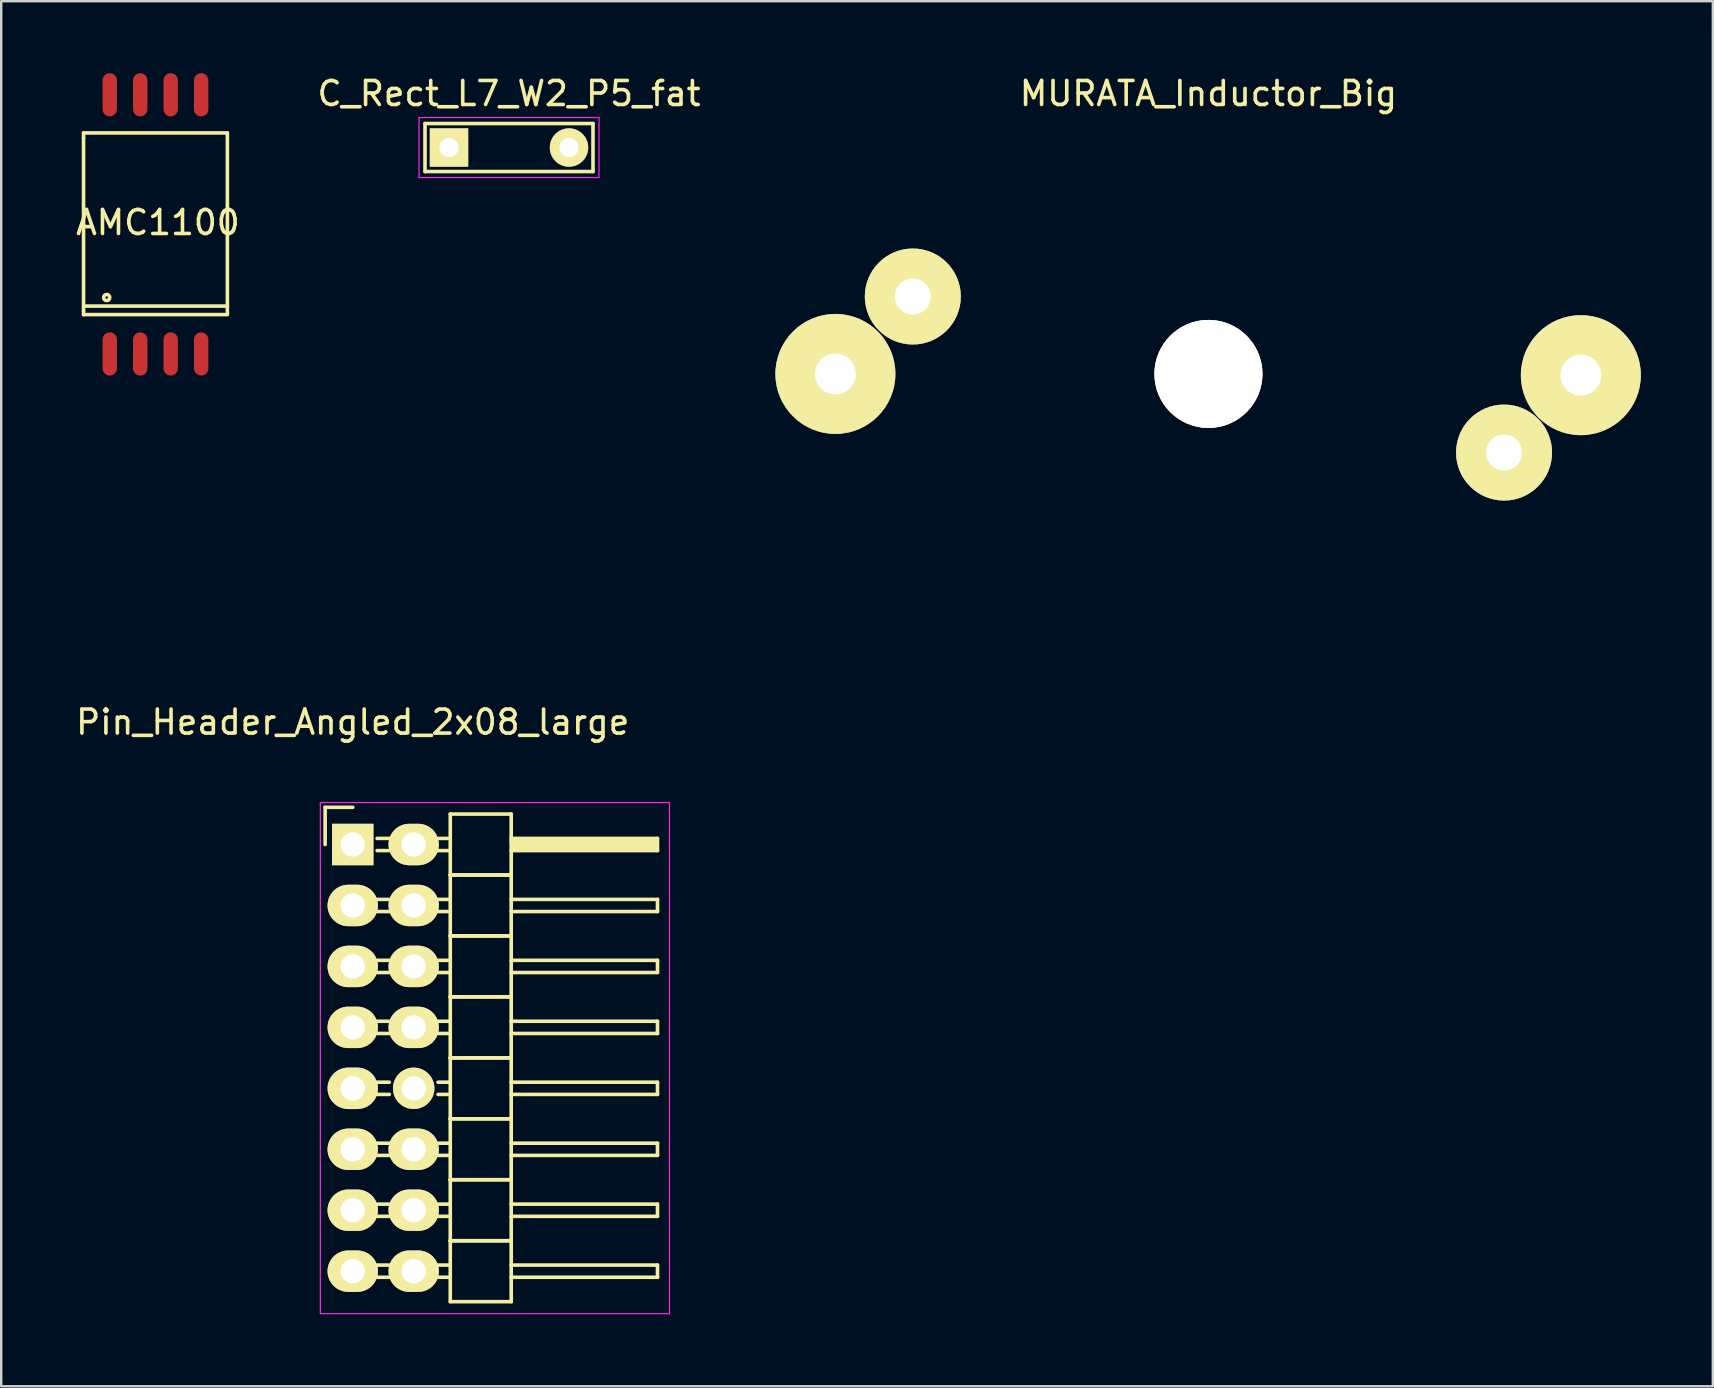
<source format=kicad_pcb>
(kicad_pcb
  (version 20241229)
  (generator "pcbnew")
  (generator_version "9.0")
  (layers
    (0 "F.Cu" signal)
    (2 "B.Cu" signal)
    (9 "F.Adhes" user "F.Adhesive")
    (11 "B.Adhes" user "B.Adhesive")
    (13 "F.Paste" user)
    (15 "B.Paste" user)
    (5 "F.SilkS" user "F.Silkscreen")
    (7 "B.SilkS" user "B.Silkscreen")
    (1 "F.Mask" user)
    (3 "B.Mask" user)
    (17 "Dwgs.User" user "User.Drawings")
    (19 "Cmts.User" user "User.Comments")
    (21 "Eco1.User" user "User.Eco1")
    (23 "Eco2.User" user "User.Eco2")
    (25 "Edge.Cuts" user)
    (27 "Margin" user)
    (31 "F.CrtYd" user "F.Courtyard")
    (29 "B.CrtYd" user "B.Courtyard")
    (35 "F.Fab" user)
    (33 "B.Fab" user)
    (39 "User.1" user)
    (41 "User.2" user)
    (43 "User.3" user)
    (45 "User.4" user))
  (footprint "MURATA_Inductor_Big"
    (layer "F.Cu")
    (at 47.307 12.532)
    (property "Reference" "MURATA_Inductor_Big" (at 0 -11.684 0) (layer "F.SilkS") (effects (font (size 1 1) (thickness 0.15))))
    (attr through_hole)
    (fp_circle (center 0 0) (end 9.144 -5.334) (stroke (width 0.15) (type solid)) (fill no) (layer "B.Paste"))
    (pad "1" thru_hole circle (at -15.545 0) (size 5 5) (drill 1.7) (layers "*.Cu" "*.Mask" "F.SilkS"))
    (pad "1" thru_hole circle (at -12.319 -3.226) (size 4 4) (drill 1.5) (layers "*.Cu" "*.Mask" "F.SilkS"))
    (pad "2" thru_hole circle (at 12.319 3.277) (size 4 4) (drill 1.5) (layers "*.Cu" "*.Mask" "F.SilkS"))
    (pad "2" thru_hole circle (at 15.519 0.051) (size 5 5) (drill 1.7) (layers "*.Cu" "*.Mask" "F.SilkS"))
    (pad "3" thru_hole circle (at 0 0) (size 4.5 4.5) (drill 4.5) (layers "*.Cu" "*.Mask" "F.SilkS")))
  (footprint "AMC1100"
    (layer "F.Cu")
    (at 3.428 6.3)
    (property "Reference" "AMC1100" (at 0.102 -0.076 0) (layer "F.SilkS") (effects (font (size 1 1) (thickness 0.15))))
    (attr through_hole)
    (fp_line (start -2.997 -3.81) (end -2.997 -3.607) (stroke (width 0.15) (type solid)) (layer "F.SilkS"))
    (fp_line (start -2.997 -3.81) (end 2.997 -3.81) (stroke (width 0.15) (type solid)) (layer "F.SilkS"))
    (fp_line (start -2.997 0) (end -2.997 -3.607) (stroke (width 0.15) (type solid)) (layer "F.SilkS"))
    (fp_line (start -2.997 3.607) (end -2.997 0) (stroke (width 0.15) (type solid)) (layer "F.SilkS"))
    (fp_line (start -2.997 3.607) (end -2.997 3.759) (stroke (width 0.15) (type solid)) (layer "F.SilkS"))
    (fp_line (start -2.972 3.404) (end 2.997 3.404) (stroke (width 0.15) (type solid)) (layer "F.SilkS"))
    (fp_line (start 2.946 3.759) (end -2.997 3.759) (stroke (width 0.15) (type solid)) (layer "F.SilkS"))
    (fp_line (start 2.997 -3.81) (end 2.997 3.759) (stroke (width 0.15) (type solid)) (layer "F.SilkS"))
    (fp_circle (center -2.032 3.048) (end -1.905 3.048) (stroke (width 0.15) (type solid)) (fill no) (layer "F.SilkS"))
    (pad "1" smd oval (at -1.905 5.4) (size 0.6 1.8) (layers "F.Cu" "F.Mask" "F.Paste"))
    (pad "2" smd oval (at -0.635 5.4) (size 0.6 1.8) (layers "F.Cu" "F.Mask" "F.Paste"))
    (pad "3" smd oval (at 0.635 5.4) (size 0.6 1.8) (layers "F.Cu" "F.Mask" "F.Paste"))
    (pad "4" smd oval (at 1.905 5.4) (size 0.6 1.8) (layers "F.Cu" "F.Mask" "F.Paste"))
    (pad "5" smd oval (at 1.905 -5.4) (size 0.6 1.8) (layers "F.Cu" "F.Mask" "F.Paste"))
    (pad "6" smd oval (at 0.635 -5.4) (size 0.6 1.8) (layers "F.Cu" "F.Mask" "F.Paste"))
    (pad "7" smd oval (at -0.635 -5.4) (size 0.6 1.8) (layers "F.Cu" "F.Mask" "F.Paste"))
    (pad "8" smd oval (at -1.905 -5.4) (size 0.6 1.8) (layers "F.Cu" "F.Mask" "F.Paste")))
  (footprint "Pin_Header_Angled_2x08_large"
    (layer "F.Cu")
    (at 11.649 32.142)
    (property "Reference" "Pin_Header_Angled_2x08_large" (at 0 -5.1 0) (layer "F.SilkS") (effects (font (size 1 1) (thickness 0.15))))
    (attr through_hole)
    (fp_line (start -1.15 -1.55) (end -1.15 0) (stroke (width 0.15) (type solid)) (layer "F.SilkS"))
    (fp_line (start 0 -1.55) (end -1.15 -1.55) (stroke (width 0.15) (type solid)) (layer "F.SilkS"))
    (fp_line (start 1.524 -0.254) (end 1.016 -0.254) (stroke (width 0.15) (type solid)) (layer "F.SilkS"))
    (fp_line (start 1.524 0.254) (end 1.016 0.254) (stroke (width 0.15) (type solid)) (layer "F.SilkS"))
    (fp_line (start 1.524 2.286) (end 1.016 2.286) (stroke (width 0.15) (type solid)) (layer "F.SilkS"))
    (fp_line (start 1.524 2.794) (end 1.016 2.794) (stroke (width 0.15) (type solid)) (layer "F.SilkS"))
    (fp_line (start 1.524 4.826) (end 1.016 4.826) (stroke (width 0.15) (type solid)) (layer "F.SilkS"))
    (fp_line (start 1.524 5.334) (end 1.016 5.334) (stroke (width 0.15) (type solid)) (layer "F.SilkS"))
    (fp_line (start 1.524 7.366) (end 1.016 7.366) (stroke (width 0.15) (type solid)) (layer "F.SilkS"))
    (fp_line (start 1.524 7.874) (end 1.016 7.874) (stroke (width 0.15) (type solid)) (layer "F.SilkS"))
    (fp_line (start 1.524 9.906) (end 1.016 9.906) (stroke (width 0.15) (type solid)) (layer "F.SilkS"))
    (fp_line (start 1.524 10.414) (end 1.016 10.414) (stroke (width 0.15) (type solid)) (layer "F.SilkS"))
    (fp_line (start 1.524 12.446) (end 1.016 12.446) (stroke (width 0.15) (type solid)) (layer "F.SilkS"))
    (fp_line (start 1.524 12.954) (end 1.016 12.954) (stroke (width 0.15) (type solid)) (layer "F.SilkS"))
    (fp_line (start 1.524 14.986) (end 1.016 14.986) (stroke (width 0.15) (type solid)) (layer "F.SilkS"))
    (fp_line (start 1.524 15.494) (end 1.016 15.494) (stroke (width 0.15) (type solid)) (layer "F.SilkS"))
    (fp_line (start 1.524 17.526) (end 1.016 17.526) (stroke (width 0.15) (type solid)) (layer "F.SilkS"))
    (fp_line (start 1.524 18.034) (end 1.016 18.034) (stroke (width 0.15) (type solid)) (layer "F.SilkS"))
    (fp_line (start 4.064 -1.27) (end 4.064 1.27) (stroke (width 0.15) (type solid)) (layer "F.SilkS"))
    (fp_line (start 4.064 -1.27) (end 6.604 -1.27) (stroke (width 0.15) (type solid)) (layer "F.SilkS"))
    (fp_line (start 4.064 -0.254) (end 3.556 -0.254) (stroke (width 0.15) (type solid)) (layer "F.SilkS"))
    (fp_line (start 4.064 0.254) (end 3.556 0.254) (stroke (width 0.15) (type solid)) (layer "F.SilkS"))
    (fp_line (start 4.064 1.27) (end 4.064 3.81) (stroke (width 0.15) (type solid)) (layer "F.SilkS"))
    (fp_line (start 4.064 1.27) (end 6.604 1.27) (stroke (width 0.15) (type solid)) (layer "F.SilkS"))
    (fp_line (start 4.064 1.27) (end 6.604 1.27) (stroke (width 0.15) (type solid)) (layer "F.SilkS"))
    (fp_line (start 4.064 2.286) (end 3.556 2.286) (stroke (width 0.15) (type solid)) (layer "F.SilkS"))
    (fp_line (start 4.064 2.794) (end 3.556 2.794) (stroke (width 0.15) (type solid)) (layer "F.SilkS"))
    (fp_line (start 4.064 3.81) (end 4.064 6.35) (stroke (width 0.15) (type solid)) (layer "F.SilkS"))
    (fp_line (start 4.064 3.81) (end 6.604 3.81) (stroke (width 0.15) (type solid)) (layer "F.SilkS"))
    (fp_line (start 4.064 3.81) (end 6.604 3.81) (stroke (width 0.15) (type solid)) (layer "F.SilkS"))
    (fp_line (start 4.064 4.826) (end 3.556 4.826) (stroke (width 0.15) (type solid)) (layer "F.SilkS"))
    (fp_line (start 4.064 5.334) (end 3.556 5.334) (stroke (width 0.15) (type solid)) (layer "F.SilkS"))
    (fp_line (start 4.064 6.35) (end 4.064 8.89) (stroke (width 0.15) (type solid)) (layer "F.SilkS"))
    (fp_line (start 4.064 6.35) (end 6.604 6.35) (stroke (width 0.15) (type solid)) (layer "F.SilkS"))
    (fp_line (start 4.064 6.35) (end 6.604 6.35) (stroke (width 0.15) (type solid)) (layer "F.SilkS"))
    (fp_line (start 4.064 7.366) (end 3.556 7.366) (stroke (width 0.15) (type solid)) (layer "F.SilkS"))
    (fp_line (start 4.064 7.874) (end 3.556 7.874) (stroke (width 0.15) (type solid)) (layer "F.SilkS"))
    (fp_line (start 4.064 8.89) (end 4.064 11.43) (stroke (width 0.15) (type solid)) (layer "F.SilkS"))
    (fp_line (start 4.064 8.89) (end 6.604 8.89) (stroke (width 0.15) (type solid)) (layer "F.SilkS"))
    (fp_line (start 4.064 8.89) (end 6.604 8.89) (stroke (width 0.15) (type solid)) (layer "F.SilkS"))
    (fp_line (start 4.064 9.906) (end 3.556 9.906) (stroke (width 0.15) (type solid)) (layer "F.SilkS"))
    (fp_line (start 4.064 10.414) (end 3.556 10.414) (stroke (width 0.15) (type solid)) (layer "F.SilkS"))
    (fp_line (start 4.064 11.43) (end 4.064 13.97) (stroke (width 0.15) (type solid)) (layer "F.SilkS"))
    (fp_line (start 4.064 11.43) (end 6.604 11.43) (stroke (width 0.15) (type solid)) (layer "F.SilkS"))
    (fp_line (start 4.064 11.43) (end 6.604 11.43) (stroke (width 0.15) (type solid)) (layer "F.SilkS"))
    (fp_line (start 4.064 12.446) (end 3.556 12.446) (stroke (width 0.15) (type solid)) (layer "F.SilkS"))
    (fp_line (start 4.064 12.954) (end 3.556 12.954) (stroke (width 0.15) (type solid)) (layer "F.SilkS"))
    (fp_line (start 4.064 13.97) (end 4.064 16.51) (stroke (width 0.15) (type solid)) (layer "F.SilkS"))
    (fp_line (start 4.064 13.97) (end 6.604 13.97) (stroke (width 0.15) (type solid)) (layer "F.SilkS"))
    (fp_line (start 4.064 13.97) (end 6.604 13.97) (stroke (width 0.15) (type solid)) (layer "F.SilkS"))
    (fp_line (start 4.064 14.986) (end 3.556 14.986) (stroke (width 0.15) (type solid)) (layer "F.SilkS"))
    (fp_line (start 4.064 15.494) (end 3.556 15.494) (stroke (width 0.15) (type solid)) (layer "F.SilkS"))
    (fp_line (start 4.064 16.51) (end 4.064 19.05) (stroke (width 0.15) (type solid)) (layer "F.SilkS"))
    (fp_line (start 4.064 16.51) (end 6.604 16.51) (stroke (width 0.15) (type solid)) (layer "F.SilkS"))
    (fp_line (start 4.064 16.51) (end 6.604 16.51) (stroke (width 0.15) (type solid)) (layer "F.SilkS"))
    (fp_line (start 4.064 17.526) (end 3.556 17.526) (stroke (width 0.15) (type solid)) (layer "F.SilkS"))
    (fp_line (start 4.064 18.034) (end 3.556 18.034) (stroke (width 0.15) (type solid)) (layer "F.SilkS"))
    (fp_line (start 4.064 19.05) (end 6.604 19.05) (stroke (width 0.15) (type solid)) (layer "F.SilkS"))
    (fp_line (start 6.604 -0.254) (end 12.7 -0.254) (stroke (width 0.15) (type solid)) (layer "F.SilkS"))
    (fp_line (start 6.604 -0.127) (end 12.573 -0.127) (stroke (width 0.15) (type solid)) (layer "F.SilkS"))
    (fp_line (start 6.604 1.27) (end 6.604 -1.27) (stroke (width 0.15) (type solid)) (layer "F.SilkS"))
    (fp_line (start 6.604 2.286) (end 12.7 2.286) (stroke (width 0.15) (type solid)) (layer "F.SilkS"))
    (fp_line (start 6.604 3.81) (end 6.604 1.27) (stroke (width 0.15) (type solid)) (layer "F.SilkS"))
    (fp_line (start 6.604 4.826) (end 12.7 4.826) (stroke (width 0.15) (type solid)) (layer "F.SilkS"))
    (fp_line (start 6.604 6.35) (end 6.604 3.81) (stroke (width 0.15) (type solid)) (layer "F.SilkS"))
    (fp_line (start 6.604 7.366) (end 12.7 7.366) (stroke (width 0.15) (type solid)) (layer "F.SilkS"))
    (fp_line (start 6.604 8.89) (end 6.604 6.35) (stroke (width 0.15) (type solid)) (layer "F.SilkS"))
    (fp_line (start 6.604 9.906) (end 12.7 9.906) (stroke (width 0.15) (type solid)) (layer "F.SilkS"))
    (fp_line (start 6.604 11.43) (end 6.604 8.89) (stroke (width 0.15) (type solid)) (layer "F.SilkS"))
    (fp_line (start 6.604 12.446) (end 12.7 12.446) (stroke (width 0.15) (type solid)) (layer "F.SilkS"))
    (fp_line (start 6.604 13.97) (end 6.604 11.43) (stroke (width 0.15) (type solid)) (layer "F.SilkS"))
    (fp_line (start 6.604 14.986) (end 12.7 14.986) (stroke (width 0.15) (type solid)) (layer "F.SilkS"))
    (fp_line (start 6.604 16.51) (end 6.604 13.97) (stroke (width 0.15) (type solid)) (layer "F.SilkS"))
    (fp_line (start 6.604 17.526) (end 12.7 17.526) (stroke (width 0.15) (type solid)) (layer "F.SilkS"))
    (fp_line (start 6.604 19.05) (end 6.604 16.51) (stroke (width 0.15) (type solid)) (layer "F.SilkS"))
    (fp_line (start 6.731 0) (end 12.573 0) (stroke (width 0.15) (type solid)) (layer "F.SilkS"))
    (fp_line (start 6.731 0.127) (end 6.731 0) (stroke (width 0.15) (type solid)) (layer "F.SilkS"))
    (fp_line (start 12.573 -0.127) (end 12.573 0.127) (stroke (width 0.15) (type solid)) (layer "F.SilkS"))
    (fp_line (start 12.573 0.127) (end 6.731 0.127) (stroke (width 0.15) (type solid)) (layer "F.SilkS"))
    (fp_line (start 12.7 -0.254) (end 12.7 0.254) (stroke (width 0.15) (type solid)) (layer "F.SilkS"))
    (fp_line (start 12.7 0.254) (end 6.604 0.254) (stroke (width 0.15) (type solid)) (layer "F.SilkS"))
    (fp_line (start 12.7 2.286) (end 12.7 2.794) (stroke (width 0.15) (type solid)) (layer "F.SilkS"))
    (fp_line (start 12.7 2.794) (end 6.604 2.794) (stroke (width 0.15) (type solid)) (layer "F.SilkS"))
    (fp_line (start 12.7 4.826) (end 12.7 5.334) (stroke (width 0.15) (type solid)) (layer "F.SilkS"))
    (fp_line (start 12.7 5.334) (end 6.604 5.334) (stroke (width 0.15) (type solid)) (layer "F.SilkS"))
    (fp_line (start 12.7 7.366) (end 12.7 7.874) (stroke (width 0.15) (type solid)) (layer "F.SilkS"))
    (fp_line (start 12.7 7.874) (end 6.604 7.874) (stroke (width 0.15) (type solid)) (layer "F.SilkS"))
    (fp_line (start 12.7 9.906) (end 12.7 10.414) (stroke (width 0.15) (type solid)) (layer "F.SilkS"))
    (fp_line (start 12.7 10.414) (end 6.604 10.414) (stroke (width 0.15) (type solid)) (layer "F.SilkS"))
    (fp_line (start 12.7 12.446) (end 12.7 12.954) (stroke (width 0.15) (type solid)) (layer "F.SilkS"))
    (fp_line (start 12.7 12.954) (end 6.604 12.954) (stroke (width 0.15) (type solid)) (layer "F.SilkS"))
    (fp_line (start 12.7 14.986) (end 12.7 15.494) (stroke (width 0.15) (type solid)) (layer "F.SilkS"))
    (fp_line (start 12.7 15.494) (end 6.604 15.494) (stroke (width 0.15) (type solid)) (layer "F.SilkS"))
    (fp_line (start 12.7 17.526) (end 12.7 18.034) (stroke (width 0.15) (type solid)) (layer "F.SilkS"))
    (fp_line (start 12.7 18.034) (end 6.604 18.034) (stroke (width 0.15) (type solid)) (layer "F.SilkS"))
    (fp_line (start -1.35 -1.75) (end -1.35 19.55) (stroke (width 0.05) (type solid)) (layer "F.CrtYd"))
    (fp_line (start -1.35 -1.75) (end 13.2 -1.75) (stroke (width 0.05) (type solid)) (layer "F.CrtYd"))
    (fp_line (start -1.35 19.55) (end 13.2 19.55) (stroke (width 0.05) (type solid)) (layer "F.CrtYd"))
    (fp_line (start 13.2 -1.75) (end 13.2 19.55) (stroke (width 0.05) (type solid)) (layer "F.CrtYd"))
    (pad "1" thru_hole rect (at 0 0) (size 1.727 1.727) (drill 1.016) (layers "*.Cu" "*.Mask" "F.SilkS"))
    (pad "2" thru_hole oval (at 2.54 0) (size 2.1 1.727) (drill 1.016) (layers "*.Cu" "*.Mask" "F.SilkS"))
    (pad "3" thru_hole oval (at 0 2.54) (size 2.1 1.727) (drill 1.016) (layers "*.Cu" "*.Mask" "F.SilkS"))
    (pad "4" thru_hole oval (at 2.54 2.54) (size 2.1 1.727) (drill 1.016) (layers "*.Cu" "*.Mask" "F.SilkS"))
    (pad "5" thru_hole oval (at 0 5.08) (size 2.1 1.727) (drill 1.016) (layers "*.Cu" "*.Mask" "F.SilkS"))
    (pad "6" thru_hole oval (at 2.54 5.08) (size 2.1 1.727) (drill 1.016) (layers "*.Cu" "*.Mask" "F.SilkS"))
    (pad "7" thru_hole oval (at 0 7.62) (size 2.1 1.727) (drill 1.016) (layers "*.Cu" "*.Mask" "F.SilkS"))
    (pad "8" thru_hole oval (at 2.54 7.62) (size 2.1 1.727) (drill 1.016) (layers "*.Cu" "*.Mask" "F.SilkS"))
    (pad "9" thru_hole oval (at 0 10.16) (size 2.1 1.727) (drill 1.016) (layers "*.Cu" "*.Mask" "F.SilkS"))
    (pad "10" thru_hole oval (at 2.54 10.16) (size 1.727 1.727) (drill 1.016) (layers "*.Cu" "*.Mask" "F.SilkS"))
    (pad "11" thru_hole oval (at 0 12.7) (size 2.1 1.727) (drill 1.016) (layers "*.Cu" "*.Mask" "F.SilkS"))
    (pad "12" thru_hole oval (at 2.54 12.7) (size 2.1 1.727) (drill 1.016) (layers "*.Cu" "*.Mask" "F.SilkS"))
    (pad "13" thru_hole oval (at 0 15.24) (size 2.1 1.727) (drill 1.016) (layers "*.Cu" "*.Mask" "F.SilkS"))
    (pad "14" thru_hole oval (at 2.54 15.24) (size 2.1 1.727) (drill 1.016) (layers "*.Cu" "*.Mask" "F.SilkS"))
    (pad "15" thru_hole oval (at 0 17.78) (size 2.1 1.727) (drill 1.016) (layers "*.Cu" "*.Mask" "F.SilkS"))
    (pad "16" thru_hole oval (at 2.54 17.78) (size 2.1 1.727) (drill 1.016) (layers "*.Cu" "*.Mask" "F.SilkS")))
  (footprint "C_Rect_L7_W2_P5_fat"
    (layer "F.Cu")
    (at 15.661 3.098)
    (property "Reference" "C_Rect_L7_W2_P5_fat" (at 2.5 -2.25 0) (layer "F.SilkS") (effects (font (size 1 1) (thickness 0.15))))
    (attr through_hole)
    (fp_line (start -1 -1) (end 6 -1) (stroke (width 0.15) (type solid)) (layer "F.SilkS"))
    (fp_line (start -1 1) (end -1 -1) (stroke (width 0.15) (type solid)) (layer "F.SilkS"))
    (fp_line (start 6 -1) (end 6 1) (stroke (width 0.15) (type solid)) (layer "F.SilkS"))
    (fp_line (start 6 1) (end -1 1) (stroke (width 0.15) (type solid)) (layer "F.SilkS"))
    (fp_line (start -1.25 -1.25) (end 6.25 -1.25) (stroke (width 0.05) (type solid)) (layer "F.CrtYd"))
    (fp_line (start -1.25 1.25) (end -1.25 -1.25) (stroke (width 0.05) (type solid)) (layer "F.CrtYd"))
    (fp_line (start 6.25 -1.25) (end 6.25 1.25) (stroke (width 0.05) (type solid)) (layer "F.CrtYd"))
    (fp_line (start 6.25 1.25) (end -1.25 1.25) (stroke (width 0.05) (type solid)) (layer "F.CrtYd"))
    (pad "1" thru_hole rect (at 0 0) (size 1.6 1.6) (drill 0.8) (layers "*.Cu" "*.Mask" "F.SilkS"))
    (pad "2" thru_hole circle (at 5 0) (size 1.6 1.6) (drill 0.8) (layers "*.Cu" "*.Mask" "F.SilkS")))
  (gr_rect
    (start -3 -3)
    (end 68.326 54.717)
    (stroke (width 0.1) (type default))
    (fill no)
    (layer "Edge.Cuts")))
</source>
